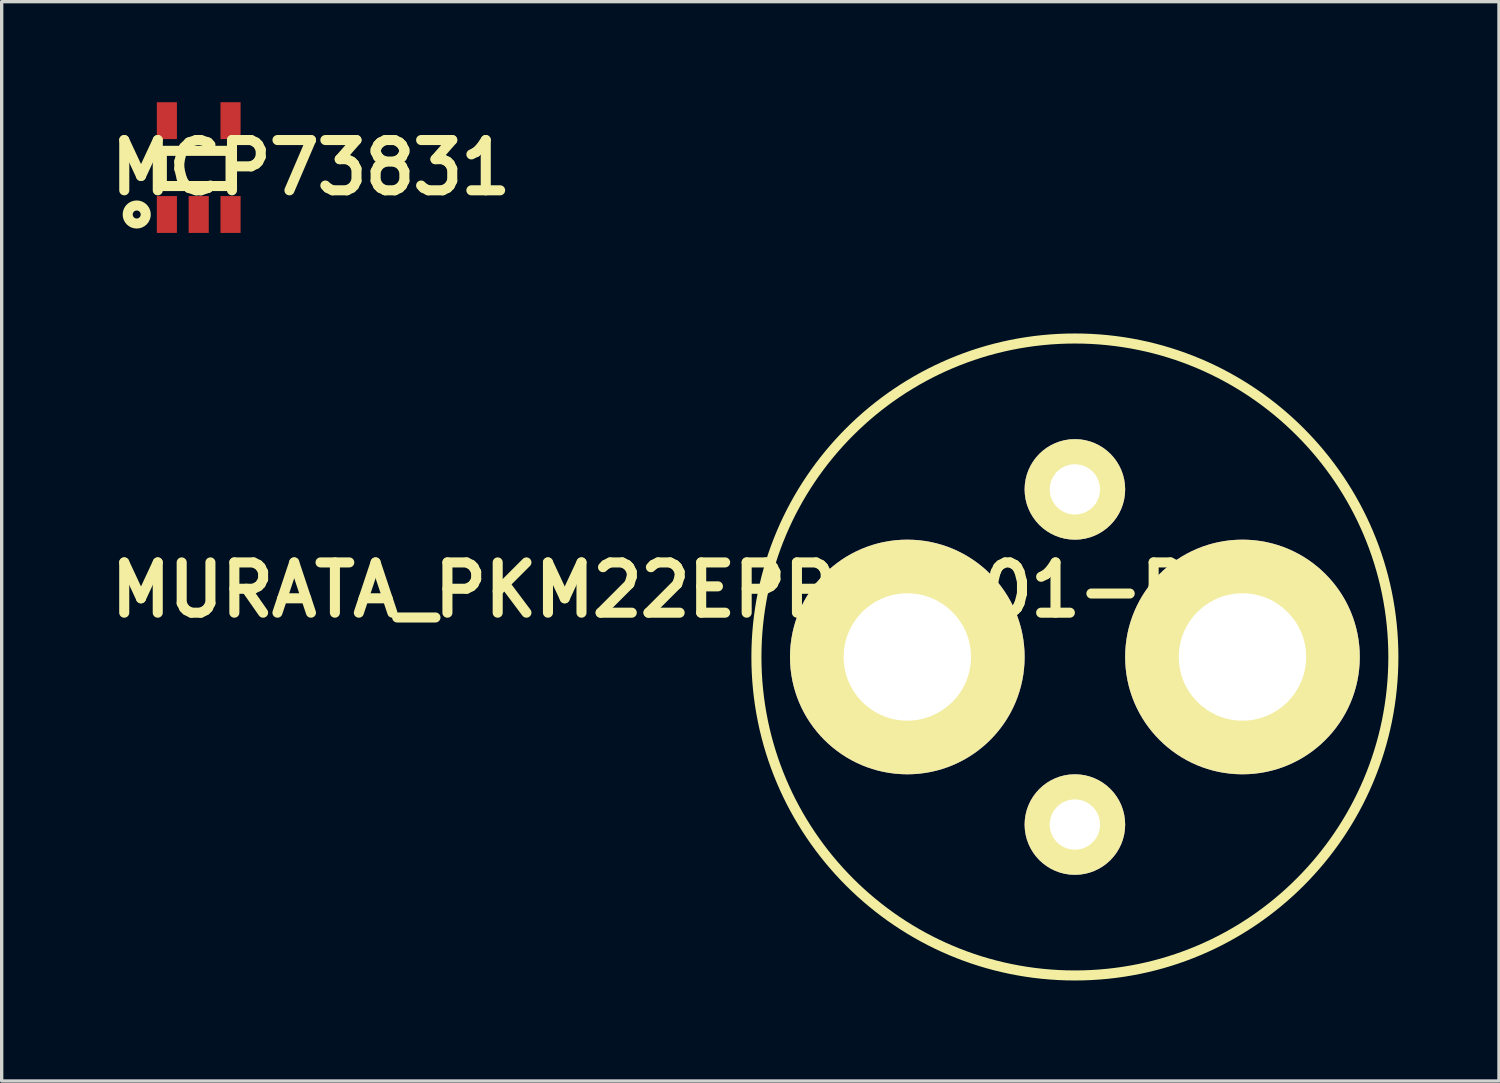
<source format=kicad_pcb>
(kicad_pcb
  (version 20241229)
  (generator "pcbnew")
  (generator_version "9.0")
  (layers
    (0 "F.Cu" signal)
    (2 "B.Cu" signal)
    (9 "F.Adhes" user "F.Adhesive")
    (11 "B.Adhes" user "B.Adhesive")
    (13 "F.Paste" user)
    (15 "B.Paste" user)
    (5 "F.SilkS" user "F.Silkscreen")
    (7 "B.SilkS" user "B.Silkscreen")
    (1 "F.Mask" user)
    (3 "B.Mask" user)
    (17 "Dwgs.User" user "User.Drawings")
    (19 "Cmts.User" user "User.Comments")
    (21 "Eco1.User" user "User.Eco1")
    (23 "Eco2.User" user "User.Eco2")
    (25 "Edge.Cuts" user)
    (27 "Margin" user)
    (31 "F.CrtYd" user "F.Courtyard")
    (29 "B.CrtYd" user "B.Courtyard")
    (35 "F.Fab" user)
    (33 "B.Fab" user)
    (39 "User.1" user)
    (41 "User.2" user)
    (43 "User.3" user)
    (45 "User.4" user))
  (footprint "MCP73831"
    (layer "F.Cu")
    (at 1.929 3.35)
    (property "Reference" "MCP73831" (at 4.3 -1.4 0) (layer "F.SilkS") (effects (font (size 1.5 1.5) (thickness 0.3))))
    (attr through_hole)
    (fp_line (start -0.15 -1.9) (end 1.9 -1.9) (stroke (width 0.3) (type solid)) (layer "F.SilkS"))
    (fp_line (start -0.15 -0.85) (end -0.15 -1.9) (stroke (width 0.3) (type solid)) (layer "F.SilkS"))
    (fp_line (start -0.15 -0.85) (end 1.9 -0.85) (stroke (width 0.3) (type solid)) (layer "F.SilkS"))
    (fp_line (start 1.9 -1.9) (end 1.9 -0.85) (stroke (width 0.3) (type solid)) (layer "F.SilkS"))
    (fp_circle (center -0.9 0) (end -0.65 0.1) (stroke (width 0.3) (type solid)) (fill no) (layer "F.SilkS"))
    (pad "1" smd rect (at 0 0) (size 0.6 1.1) (layers "F.Cu" "F.Mask" "F.Paste"))
    (pad "2" smd rect (at 0.95 0) (size 0.6 1.1) (layers "F.Cu" "F.Mask" "F.Paste"))
    (pad "3" smd rect (at 1.9 0) (size 0.6 1.1) (layers "F.Cu" "F.Mask" "F.Paste"))
    (pad "4" smd rect (at 1.9 -2.8) (size 0.6 1.1) (layers "F.Cu" "F.Mask" "F.Paste"))
    (pad "5" smd rect (at 0 -2.8) (size 0.6 1.1) (layers "F.Cu" "F.Mask" "F.Paste")))
  (footprint "MURATA_PKM22EPPH2001-B0"
    (layer "F.Cu")
    (at 24.021 16.552)
    (property "Reference" "MURATA_PKM22EPPH2001-B0" (at -6.9 -2 0) (layer "F.SilkS") (effects (font (size 1.5 1.5) (thickness 0.3))))
    (attr through_hole)
    (fp_circle (center 5 0) (end 14.5 -0.2) (stroke (width 0.3) (type solid)) (fill no) (layer "F.SilkS"))
    (pad "1" thru_hole circle (at 0 0) (size 7 7) (drill 3.8) (layers "*.Cu" "*.Mask" "F.SilkS"))
    (pad "2" thru_hole circle (at 10 0) (size 7 7) (drill 3.8) (layers "*.Cu" "*.Mask" "F.SilkS"))
    (pad "3" thru_hole circle (at 5 -5) (size 3 3) (drill 1.5) (layers "*.Cu" "*.Mask" "F.SilkS"))
    (pad "3" thru_hole circle (at 5 5) (size 3 3) (drill 1.5) (layers "*.Cu" "*.Mask" "F.SilkS")))
  (gr_rect
    (start -3 -3)
    (end 41.674 29.204)
    (stroke (width 0.1) (type default))
    (fill no)
    (layer "Edge.Cuts")))
</source>
